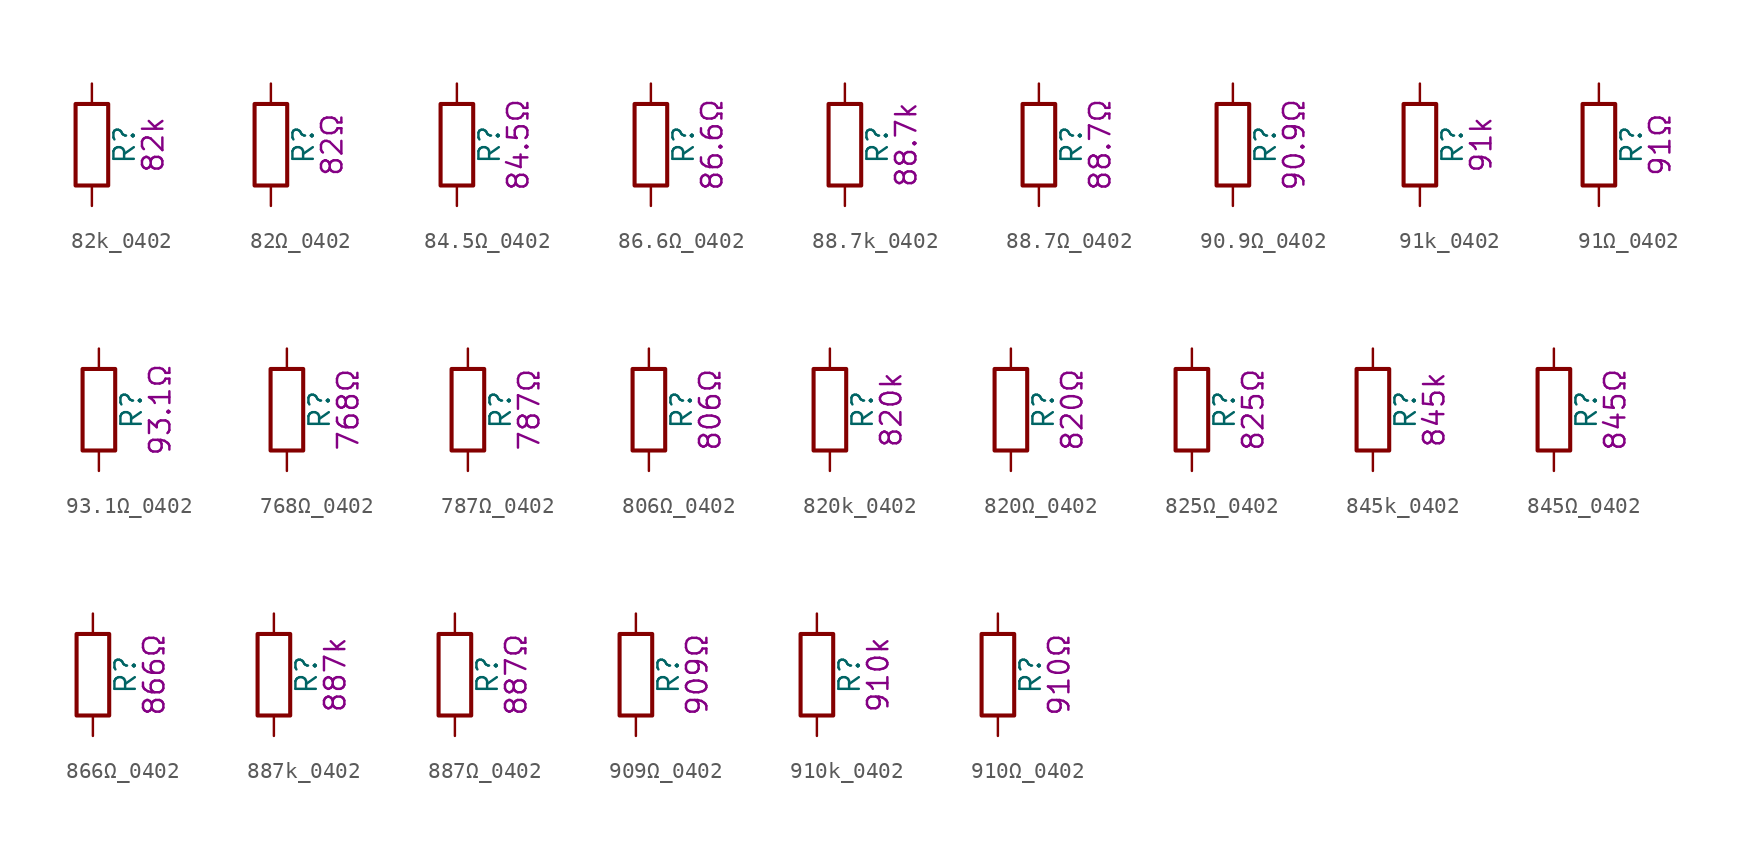
<source format=kicad_sym>
(kicad_symbol_lib
  (version 20211014)
  (generator kicad_symbol_editor)
  (symbol "82k_0402"
    (pin_numbers hide)
    (pin_names
      (offset 0))
    (property "Reference" "R"
      (at 2.032 0 90)
      (effects (font (size 1.27 1.27))))
    (property "Display" "82k"
      (at 3.81 0 90)
      (effects (font (size 1.27 1.27))))
    (symbol "82k_0402_0_1"
      (rectangle (start -1.016 -2.54) (end 1.016 2.54) (stroke (width 0.254) (type default) (color 0 0 0 0)) (fill (type none))))
    (symbol "82k_0402_1_1"
      (pin passive line (at 0 3.81 270) (length 1.27) (name "~" (effects (font (size 1.27 1.27)))) (number "1" (effects (font (size 1.27 1.27)))))
      (pin passive line (at 0 -3.81 90) (length 1.27) (name "~" (effects (font (size 1.27 1.27)))) (number "2" (effects (font (size 1.27 1.27)))))))
  (symbol "82Ω_0402"
    (pin_numbers hide)
    (pin_names
      (offset 0))
    (property "Reference" "R"
      (at 2.032 0 90)
      (effects (font (size 1.27 1.27))))
    (property "Display" "82Ω"
      (at 3.81 0 90)
      (effects (font (size 1.27 1.27))))
    (symbol "82Ω_0402_0_1"
      (rectangle (start -1.016 -2.54) (end 1.016 2.54) (stroke (width 0.254) (type default) (color 0 0 0 0)) (fill (type none))))
    (symbol "82Ω_0402_1_1"
      (pin passive line (at 0 3.81 270) (length 1.27) (name "~" (effects (font (size 1.27 1.27)))) (number "1" (effects (font (size 1.27 1.27)))))
      (pin passive line (at 0 -3.81 90) (length 1.27) (name "~" (effects (font (size 1.27 1.27)))) (number "2" (effects (font (size 1.27 1.27)))))))
  (symbol "84.5Ω_0402"
    (pin_numbers hide)
    (pin_names
      (offset 0))
    (property "Reference" "R"
      (at 2.032 0 90)
      (effects (font (size 1.27 1.27))))
    (property "Display" "84.5Ω"
      (at 3.81 0 90)
      (effects (font (size 1.27 1.27))))
    (symbol "84.5Ω_0402_0_1"
      (rectangle (start -1.016 -2.54) (end 1.016 2.54) (stroke (width 0.254) (type default) (color 0 0 0 0)) (fill (type none))))
    (symbol "84.5Ω_0402_1_1"
      (pin passive line (at 0 3.81 270) (length 1.27) (name "~" (effects (font (size 1.27 1.27)))) (number "1" (effects (font (size 1.27 1.27)))))
      (pin passive line (at 0 -3.81 90) (length 1.27) (name "~" (effects (font (size 1.27 1.27)))) (number "2" (effects (font (size 1.27 1.27)))))))
  (symbol "86.6Ω_0402"
    (pin_numbers hide)
    (pin_names
      (offset 0))
    (property "Reference" "R"
      (at 2.032 0 90)
      (effects (font (size 1.27 1.27))))
    (property "Display" "86.6Ω"
      (at 3.81 0 90)
      (effects (font (size 1.27 1.27))))
    (symbol "86.6Ω_0402_0_1"
      (rectangle (start -1.016 -2.54) (end 1.016 2.54) (stroke (width 0.254) (type default) (color 0 0 0 0)) (fill (type none))))
    (symbol "86.6Ω_0402_1_1"
      (pin passive line (at 0 3.81 270) (length 1.27) (name "~" (effects (font (size 1.27 1.27)))) (number "1" (effects (font (size 1.27 1.27)))))
      (pin passive line (at 0 -3.81 90) (length 1.27) (name "~" (effects (font (size 1.27 1.27)))) (number "2" (effects (font (size 1.27 1.27)))))))
  (symbol "88.7k_0402"
    (pin_numbers hide)
    (pin_names
      (offset 0))
    (property "Reference" "R"
      (at 2.032 0 90)
      (effects (font (size 1.27 1.27))))
    (property "Display" "88.7k"
      (at 3.81 0 90)
      (effects (font (size 1.27 1.27))))
    (symbol "88.7k_0402_0_1"
      (rectangle (start -1.016 -2.54) (end 1.016 2.54) (stroke (width 0.254) (type default) (color 0 0 0 0)) (fill (type none))))
    (symbol "88.7k_0402_1_1"
      (pin passive line (at 0 3.81 270) (length 1.27) (name "~" (effects (font (size 1.27 1.27)))) (number "1" (effects (font (size 1.27 1.27)))))
      (pin passive line (at 0 -3.81 90) (length 1.27) (name "~" (effects (font (size 1.27 1.27)))) (number "2" (effects (font (size 1.27 1.27)))))))
  (symbol "88.7Ω_0402"
    (pin_numbers hide)
    (pin_names
      (offset 0))
    (property "Reference" "R"
      (at 2.032 0 90)
      (effects (font (size 1.27 1.27))))
    (property "Display" "88.7Ω"
      (at 3.81 0 90)
      (effects (font (size 1.27 1.27))))
    (symbol "88.7Ω_0402_0_1"
      (rectangle (start -1.016 -2.54) (end 1.016 2.54) (stroke (width 0.254) (type default) (color 0 0 0 0)) (fill (type none))))
    (symbol "88.7Ω_0402_1_1"
      (pin passive line (at 0 3.81 270) (length 1.27) (name "~" (effects (font (size 1.27 1.27)))) (number "1" (effects (font (size 1.27 1.27)))))
      (pin passive line (at 0 -3.81 90) (length 1.27) (name "~" (effects (font (size 1.27 1.27)))) (number "2" (effects (font (size 1.27 1.27)))))))
  (symbol "90.9Ω_0402"
    (pin_numbers hide)
    (pin_names
      (offset 0))
    (property "Reference" "R"
      (at 2.032 0 90)
      (effects (font (size 1.27 1.27))))
    (property "Display" "90.9Ω"
      (at 3.81 0 90)
      (effects (font (size 1.27 1.27))))
    (symbol "90.9Ω_0402_0_1"
      (rectangle (start -1.016 -2.54) (end 1.016 2.54) (stroke (width 0.254) (type default) (color 0 0 0 0)) (fill (type none))))
    (symbol "90.9Ω_0402_1_1"
      (pin passive line (at 0 3.81 270) (length 1.27) (name "~" (effects (font (size 1.27 1.27)))) (number "1" (effects (font (size 1.27 1.27)))))
      (pin passive line (at 0 -3.81 90) (length 1.27) (name "~" (effects (font (size 1.27 1.27)))) (number "2" (effects (font (size 1.27 1.27)))))))
  (symbol "91k_0402"
    (pin_numbers hide)
    (pin_names
      (offset 0))
    (property "Reference" "R"
      (at 2.032 0 90)
      (effects (font (size 1.27 1.27))))
    (property "Display" "91k"
      (at 3.81 0 90)
      (effects (font (size 1.27 1.27))))
    (symbol "91k_0402_0_1"
      (rectangle (start -1.016 -2.54) (end 1.016 2.54) (stroke (width 0.254) (type default) (color 0 0 0 0)) (fill (type none))))
    (symbol "91k_0402_1_1"
      (pin passive line (at 0 3.81 270) (length 1.27) (name "~" (effects (font (size 1.27 1.27)))) (number "1" (effects (font (size 1.27 1.27)))))
      (pin passive line (at 0 -3.81 90) (length 1.27) (name "~" (effects (font (size 1.27 1.27)))) (number "2" (effects (font (size 1.27 1.27)))))))
  (symbol "91Ω_0402"
    (pin_numbers hide)
    (pin_names
      (offset 0))
    (property "Reference" "R"
      (at 2.032 0 90)
      (effects (font (size 1.27 1.27))))
    (property "Display" "91Ω"
      (at 3.81 0 90)
      (effects (font (size 1.27 1.27))))
    (symbol "91Ω_0402_0_1"
      (rectangle (start -1.016 -2.54) (end 1.016 2.54) (stroke (width 0.254) (type default) (color 0 0 0 0)) (fill (type none))))
    (symbol "91Ω_0402_1_1"
      (pin passive line (at 0 3.81 270) (length 1.27) (name "~" (effects (font (size 1.27 1.27)))) (number "1" (effects (font (size 1.27 1.27)))))
      (pin passive line (at 0 -3.81 90) (length 1.27) (name "~" (effects (font (size 1.27 1.27)))) (number "2" (effects (font (size 1.27 1.27)))))))
  (symbol "93.1Ω_0402"
    (pin_numbers hide)
    (pin_names
      (offset 0))
    (property "Reference" "R"
      (at 2.032 0 90)
      (effects (font (size 1.27 1.27))))
    (property "Display" "93.1Ω"
      (at 3.81 0 90)
      (effects (font (size 1.27 1.27))))
    (symbol "93.1Ω_0402_0_1"
      (rectangle (start -1.016 -2.54) (end 1.016 2.54) (stroke (width 0.254) (type default) (color 0 0 0 0)) (fill (type none))))
    (symbol "93.1Ω_0402_1_1"
      (pin passive line (at 0 3.81 270) (length 1.27) (name "~" (effects (font (size 1.27 1.27)))) (number "1" (effects (font (size 1.27 1.27)))))
      (pin passive line (at 0 -3.81 90) (length 1.27) (name "~" (effects (font (size 1.27 1.27)))) (number "2" (effects (font (size 1.27 1.27)))))))
  (symbol "768Ω_0402"
    (pin_numbers hide)
    (pin_names
      (offset 0))
    (property "Reference" "R"
      (at 2.032 0 90)
      (effects (font (size 1.27 1.27))))
    (property "Display" "768Ω"
      (at 3.81 0 90)
      (effects (font (size 1.27 1.27))))
    (symbol "768Ω_0402_0_1"
      (rectangle (start -1.016 -2.54) (end 1.016 2.54) (stroke (width 0.254) (type default) (color 0 0 0 0)) (fill (type none))))
    (symbol "768Ω_0402_1_1"
      (pin passive line (at 0 3.81 270) (length 1.27) (name "~" (effects (font (size 1.27 1.27)))) (number "1" (effects (font (size 1.27 1.27)))))
      (pin passive line (at 0 -3.81 90) (length 1.27) (name "~" (effects (font (size 1.27 1.27)))) (number "2" (effects (font (size 1.27 1.27)))))))
  (symbol "787Ω_0402"
    (pin_numbers hide)
    (pin_names
      (offset 0))
    (property "Reference" "R"
      (at 2.032 0 90)
      (effects (font (size 1.27 1.27))))
    (property "Display" "787Ω"
      (at 3.81 0 90)
      (effects (font (size 1.27 1.27))))
    (symbol "787Ω_0402_0_1"
      (rectangle (start -1.016 -2.54) (end 1.016 2.54) (stroke (width 0.254) (type default) (color 0 0 0 0)) (fill (type none))))
    (symbol "787Ω_0402_1_1"
      (pin passive line (at 0 3.81 270) (length 1.27) (name "~" (effects (font (size 1.27 1.27)))) (number "1" (effects (font (size 1.27 1.27)))))
      (pin passive line (at 0 -3.81 90) (length 1.27) (name "~" (effects (font (size 1.27 1.27)))) (number "2" (effects (font (size 1.27 1.27)))))))
  (symbol "806Ω_0402"
    (pin_numbers hide)
    (pin_names
      (offset 0))
    (property "Reference" "R"
      (at 2.032 0 90)
      (effects (font (size 1.27 1.27))))
    (property "Display" "806Ω"
      (at 3.81 0 90)
      (effects (font (size 1.27 1.27))))
    (symbol "806Ω_0402_0_1"
      (rectangle (start -1.016 -2.54) (end 1.016 2.54) (stroke (width 0.254) (type default) (color 0 0 0 0)) (fill (type none))))
    (symbol "806Ω_0402_1_1"
      (pin passive line (at 0 3.81 270) (length 1.27) (name "~" (effects (font (size 1.27 1.27)))) (number "1" (effects (font (size 1.27 1.27)))))
      (pin passive line (at 0 -3.81 90) (length 1.27) (name "~" (effects (font (size 1.27 1.27)))) (number "2" (effects (font (size 1.27 1.27)))))))
  (symbol "820k_0402"
    (pin_numbers hide)
    (pin_names
      (offset 0))
    (property "Reference" "R"
      (at 2.032 0 90)
      (effects (font (size 1.27 1.27))))
    (property "Display" "820k"
      (at 3.81 0 90)
      (effects (font (size 1.27 1.27))))
    (symbol "820k_0402_0_1"
      (rectangle (start -1.016 -2.54) (end 1.016 2.54) (stroke (width 0.254) (type default) (color 0 0 0 0)) (fill (type none))))
    (symbol "820k_0402_1_1"
      (pin passive line (at 0 3.81 270) (length 1.27) (name "~" (effects (font (size 1.27 1.27)))) (number "1" (effects (font (size 1.27 1.27)))))
      (pin passive line (at 0 -3.81 90) (length 1.27) (name "~" (effects (font (size 1.27 1.27)))) (number "2" (effects (font (size 1.27 1.27)))))))
  (symbol "820Ω_0402"
    (pin_numbers hide)
    (pin_names
      (offset 0))
    (property "Reference" "R"
      (at 2.032 0 90)
      (effects (font (size 1.27 1.27))))
    (property "Display" "820Ω"
      (at 3.81 0 90)
      (effects (font (size 1.27 1.27))))
    (symbol "820Ω_0402_0_1"
      (rectangle (start -1.016 -2.54) (end 1.016 2.54) (stroke (width 0.254) (type default) (color 0 0 0 0)) (fill (type none))))
    (symbol "820Ω_0402_1_1"
      (pin passive line (at 0 3.81 270) (length 1.27) (name "~" (effects (font (size 1.27 1.27)))) (number "1" (effects (font (size 1.27 1.27)))))
      (pin passive line (at 0 -3.81 90) (length 1.27) (name "~" (effects (font (size 1.27 1.27)))) (number "2" (effects (font (size 1.27 1.27)))))))
  (symbol "825Ω_0402"
    (pin_numbers hide)
    (pin_names
      (offset 0))
    (property "Reference" "R"
      (at 2.032 0 90)
      (effects (font (size 1.27 1.27))))
    (property "Display" "825Ω"
      (at 3.81 0 90)
      (effects (font (size 1.27 1.27))))
    (symbol "825Ω_0402_0_1"
      (rectangle (start -1.016 -2.54) (end 1.016 2.54) (stroke (width 0.254) (type default) (color 0 0 0 0)) (fill (type none))))
    (symbol "825Ω_0402_1_1"
      (pin passive line (at 0 3.81 270) (length 1.27) (name "~" (effects (font (size 1.27 1.27)))) (number "1" (effects (font (size 1.27 1.27)))))
      (pin passive line (at 0 -3.81 90) (length 1.27) (name "~" (effects (font (size 1.27 1.27)))) (number "2" (effects (font (size 1.27 1.27)))))))
  (symbol "845k_0402"
    (pin_numbers hide)
    (pin_names
      (offset 0))
    (property "Reference" "R"
      (at 2.032 0 90)
      (effects (font (size 1.27 1.27))))
    (property "Display" "845k"
      (at 3.81 0 90)
      (effects (font (size 1.27 1.27))))
    (symbol "845k_0402_0_1"
      (rectangle (start -1.016 -2.54) (end 1.016 2.54) (stroke (width 0.254) (type default) (color 0 0 0 0)) (fill (type none))))
    (symbol "845k_0402_1_1"
      (pin passive line (at 0 3.81 270) (length 1.27) (name "~" (effects (font (size 1.27 1.27)))) (number "1" (effects (font (size 1.27 1.27)))))
      (pin passive line (at 0 -3.81 90) (length 1.27) (name "~" (effects (font (size 1.27 1.27)))) (number "2" (effects (font (size 1.27 1.27)))))))
  (symbol "845Ω_0402"
    (pin_numbers hide)
    (pin_names
      (offset 0))
    (property "Reference" "R"
      (at 2.032 0 90)
      (effects (font (size 1.27 1.27))))
    (property "Display" "845Ω"
      (at 3.81 0 90)
      (effects (font (size 1.27 1.27))))
    (symbol "845Ω_0402_0_1"
      (rectangle (start -1.016 -2.54) (end 1.016 2.54) (stroke (width 0.254) (type default) (color 0 0 0 0)) (fill (type none))))
    (symbol "845Ω_0402_1_1"
      (pin passive line (at 0 3.81 270) (length 1.27) (name "~" (effects (font (size 1.27 1.27)))) (number "1" (effects (font (size 1.27 1.27)))))
      (pin passive line (at 0 -3.81 90) (length 1.27) (name "~" (effects (font (size 1.27 1.27)))) (number "2" (effects (font (size 1.27 1.27)))))))
  (symbol "866Ω_0402"
    (pin_numbers hide)
    (pin_names
      (offset 0))
    (property "Reference" "R"
      (at 2.032 0 90)
      (effects (font (size 1.27 1.27))))
    (property "Display" "866Ω"
      (at 3.81 0 90)
      (effects (font (size 1.27 1.27))))
    (symbol "866Ω_0402_0_1"
      (rectangle (start -1.016 -2.54) (end 1.016 2.54) (stroke (width 0.254) (type default) (color 0 0 0 0)) (fill (type none))))
    (symbol "866Ω_0402_1_1"
      (pin passive line (at 0 3.81 270) (length 1.27) (name "~" (effects (font (size 1.27 1.27)))) (number "1" (effects (font (size 1.27 1.27)))))
      (pin passive line (at 0 -3.81 90) (length 1.27) (name "~" (effects (font (size 1.27 1.27)))) (number "2" (effects (font (size 1.27 1.27)))))))
  (symbol "887k_0402"
    (pin_numbers hide)
    (pin_names
      (offset 0))
    (property "Reference" "R"
      (at 2.032 0 90)
      (effects (font (size 1.27 1.27))))
    (property "Display" "887k"
      (at 3.81 0 90)
      (effects (font (size 1.27 1.27))))
    (symbol "887k_0402_0_1"
      (rectangle (start -1.016 -2.54) (end 1.016 2.54) (stroke (width 0.254) (type default) (color 0 0 0 0)) (fill (type none))))
    (symbol "887k_0402_1_1"
      (pin passive line (at 0 3.81 270) (length 1.27) (name "~" (effects (font (size 1.27 1.27)))) (number "1" (effects (font (size 1.27 1.27)))))
      (pin passive line (at 0 -3.81 90) (length 1.27) (name "~" (effects (font (size 1.27 1.27)))) (number "2" (effects (font (size 1.27 1.27)))))))
  (symbol "887Ω_0402"
    (pin_numbers hide)
    (pin_names
      (offset 0))
    (property "Reference" "R"
      (at 2.032 0 90)
      (effects (font (size 1.27 1.27))))
    (property "Display" "887Ω"
      (at 3.81 0 90)
      (effects (font (size 1.27 1.27))))
    (symbol "887Ω_0402_0_1"
      (rectangle (start -1.016 -2.54) (end 1.016 2.54) (stroke (width 0.254) (type default) (color 0 0 0 0)) (fill (type none))))
    (symbol "887Ω_0402_1_1"
      (pin passive line (at 0 3.81 270) (length 1.27) (name "~" (effects (font (size 1.27 1.27)))) (number "1" (effects (font (size 1.27 1.27)))))
      (pin passive line (at 0 -3.81 90) (length 1.27) (name "~" (effects (font (size 1.27 1.27)))) (number "2" (effects (font (size 1.27 1.27)))))))
  (symbol "909Ω_0402"
    (pin_numbers hide)
    (pin_names
      (offset 0))
    (property "Reference" "R"
      (at 2.032 0 90)
      (effects (font (size 1.27 1.27))))
    (property "Display" "909Ω"
      (at 3.81 0 90)
      (effects (font (size 1.27 1.27))))
    (symbol "909Ω_0402_0_1"
      (rectangle (start -1.016 -2.54) (end 1.016 2.54) (stroke (width 0.254) (type default) (color 0 0 0 0)) (fill (type none))))
    (symbol "909Ω_0402_1_1"
      (pin passive line (at 0 3.81 270) (length 1.27) (name "~" (effects (font (size 1.27 1.27)))) (number "1" (effects (font (size 1.27 1.27)))))
      (pin passive line (at 0 -3.81 90) (length 1.27) (name "~" (effects (font (size 1.27 1.27)))) (number "2" (effects (font (size 1.27 1.27)))))))
  (symbol "910k_0402"
    (pin_numbers hide)
    (pin_names
      (offset 0))
    (property "Reference" "R"
      (at 2.032 0 90)
      (effects (font (size 1.27 1.27))))
    (property "Display" "910k"
      (at 3.81 0 90)
      (effects (font (size 1.27 1.27))))
    (symbol "910k_0402_0_1"
      (rectangle (start -1.016 -2.54) (end 1.016 2.54) (stroke (width 0.254) (type default) (color 0 0 0 0)) (fill (type none))))
    (symbol "910k_0402_1_1"
      (pin passive line (at 0 3.81 270) (length 1.27) (name "~" (effects (font (size 1.27 1.27)))) (number "1" (effects (font (size 1.27 1.27)))))
      (pin passive line (at 0 -3.81 90) (length 1.27) (name "~" (effects (font (size 1.27 1.27)))) (number "2" (effects (font (size 1.27 1.27)))))))
  (symbol "910Ω_0402"
    (pin_numbers hide)
    (pin_names
      (offset 0))
    (property "Reference" "R"
      (at 2.032 0 90)
      (effects (font (size 1.27 1.27))))
    (property "Display" "910Ω"
      (at 3.81 0 90)
      (effects (font (size 1.27 1.27))))
    (symbol "910Ω_0402_0_1"
      (rectangle (start -1.016 -2.54) (end 1.016 2.54) (stroke (width 0.254) (type default) (color 0 0 0 0)) (fill (type none))))
    (symbol "910Ω_0402_1_1"
      (pin passive line (at 0 3.81 270) (length 1.27) (name "~" (effects (font (size 1.27 1.27)))) (number "1" (effects (font (size 1.27 1.27)))))
      (pin passive line (at 0 -3.81 90) (length 1.27) (name "~" (effects (font (size 1.27 1.27)))) (number "2" (effects (font (size 1.27 1.27))))))))
</source>
